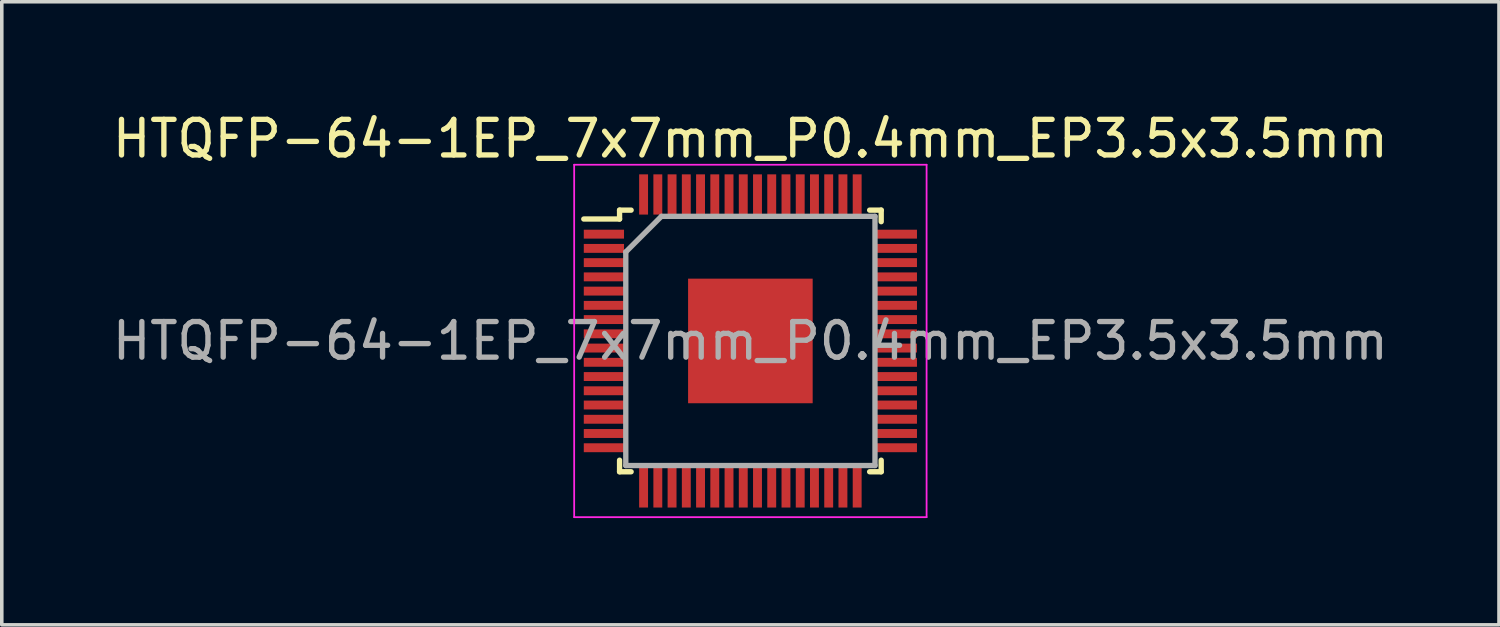
<source format=kicad_pcb>
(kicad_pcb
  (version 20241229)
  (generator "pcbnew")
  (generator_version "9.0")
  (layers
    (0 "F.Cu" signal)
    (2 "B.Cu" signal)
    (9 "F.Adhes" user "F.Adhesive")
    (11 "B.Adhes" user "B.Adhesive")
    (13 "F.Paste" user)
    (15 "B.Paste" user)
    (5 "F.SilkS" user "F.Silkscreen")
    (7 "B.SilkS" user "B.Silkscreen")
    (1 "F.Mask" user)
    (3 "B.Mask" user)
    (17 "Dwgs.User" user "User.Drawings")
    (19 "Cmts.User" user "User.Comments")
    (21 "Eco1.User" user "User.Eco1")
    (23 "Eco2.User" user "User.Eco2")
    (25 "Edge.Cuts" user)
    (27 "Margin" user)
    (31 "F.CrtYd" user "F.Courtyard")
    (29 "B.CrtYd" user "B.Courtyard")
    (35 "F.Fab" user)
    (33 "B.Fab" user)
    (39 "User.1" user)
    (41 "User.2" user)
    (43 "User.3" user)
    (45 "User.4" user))
  (footprint "HTQFP-64-1EP_7x7mm_P0.4mm_EP3.5x3.5mm"
    (layer "F.Cu")
    (at 18.03 6.528)
    (property "Reference" "HTQFP-64-1EP_7x7mm_P0.4mm_EP3.5x3.5mm" (at 0 -5.68 0) (layer "F.SilkS") (effects (font (size 1 1) (thickness 0.15))))
    (attr smd)
    (fp_line (start -3.675 -3.675) (end -3.675 -3.425) (stroke (width 0.15) (type solid)) (layer "F.SilkS"))
    (fp_line (start -3.675 -3.675) (end -3.35 -3.675) (stroke (width 0.15) (type solid)) (layer "F.SilkS"))
    (fp_line (start -3.675 -3.425) (end -4.68 -3.425) (stroke (width 0.15) (type solid)) (layer "F.SilkS"))
    (fp_line (start -3.675 3.675) (end -3.675 3.35) (stroke (width 0.15) (type solid)) (layer "F.SilkS"))
    (fp_line (start -3.675 3.675) (end -3.35 3.675) (stroke (width 0.15) (type solid)) (layer "F.SilkS"))
    (fp_line (start 3.675 -3.675) (end 3.35 -3.675) (stroke (width 0.15) (type solid)) (layer "F.SilkS"))
    (fp_line (start 3.675 -3.675) (end 3.675 -3.35) (stroke (width 0.15) (type solid)) (layer "F.SilkS"))
    (fp_line (start 3.675 3.675) (end 3.35 3.675) (stroke (width 0.15) (type solid)) (layer "F.SilkS"))
    (fp_line (start 3.675 3.675) (end 3.675 3.35) (stroke (width 0.15) (type solid)) (layer "F.SilkS"))
    (fp_line (start -4.95 -4.95) (end -4.95 4.95) (stroke (width 0.05) (type solid)) (layer "F.CrtYd"))
    (fp_line (start -4.95 -4.95) (end 4.95 -4.95) (stroke (width 0.05) (type solid)) (layer "F.CrtYd"))
    (fp_line (start -4.95 4.95) (end 4.95 4.95) (stroke (width 0.05) (type solid)) (layer "F.CrtYd"))
    (fp_line (start 4.95 -4.95) (end 4.95 4.95) (stroke (width 0.05) (type solid)) (layer "F.CrtYd"))
    (fp_line (start -3.5 -2.5) (end -2.5 -3.5) (stroke (width 0.15) (type solid)) (layer "F.Fab"))
    (fp_line (start -3.5 3.5) (end -3.5 -2.5) (stroke (width 0.15) (type solid)) (layer "F.Fab"))
    (fp_line (start -2.5 -3.5) (end 3.5 -3.5) (stroke (width 0.15) (type solid)) (layer "F.Fab"))
    (fp_line (start 3.5 -3.5) (end 3.5 3.5) (stroke (width 0.15) (type solid)) (layer "F.Fab"))
    (fp_line (start 3.5 3.5) (end -3.5 3.5) (stroke (width 0.15) (type solid)) (layer "F.Fab"))
    (fp_text user "${REFERENCE}" (at 0 0 0) (layer "F.Fab") (effects (font (size 1 1) (thickness 0.15))))
    (pad "1" smd rect (at -4.115 -3) (size 1.13 0.25) (layers "F.Cu" "F.Mask" "F.Paste"))
    (pad "2" smd rect (at -4.115 -2.6) (size 1.13 0.25) (layers "F.Cu" "F.Mask" "F.Paste"))
    (pad "3" smd rect (at -4.115 -2.2) (size 1.13 0.25) (layers "F.Cu" "F.Mask" "F.Paste"))
    (pad "4" smd rect (at -4.115 -1.8) (size 1.13 0.25) (layers "F.Cu" "F.Mask" "F.Paste"))
    (pad "5" smd rect (at -4.115 -1.4) (size 1.13 0.25) (layers "F.Cu" "F.Mask" "F.Paste"))
    (pad "6" smd rect (at -4.115 -1) (size 1.13 0.25) (layers "F.Cu" "F.Mask" "F.Paste"))
    (pad "7" smd rect (at -4.115 -0.6) (size 1.13 0.25) (layers "F.Cu" "F.Mask" "F.Paste"))
    (pad "8" smd rect (at -4.115 -0.2) (size 1.13 0.25) (layers "F.Cu" "F.Mask" "F.Paste"))
    (pad "9" smd rect (at -4.115 0.2) (size 1.13 0.25) (layers "F.Cu" "F.Mask" "F.Paste"))
    (pad "10" smd rect (at -4.115 0.6) (size 1.13 0.25) (layers "F.Cu" "F.Mask" "F.Paste"))
    (pad "11" smd rect (at -4.115 1) (size 1.13 0.25) (layers "F.Cu" "F.Mask" "F.Paste"))
    (pad "12" smd rect (at -4.115 1.4) (size 1.13 0.25) (layers "F.Cu" "F.Mask" "F.Paste"))
    (pad "13" smd rect (at -4.115 1.8) (size 1.13 0.25) (layers "F.Cu" "F.Mask" "F.Paste"))
    (pad "14" smd rect (at -4.115 2.2) (size 1.13 0.25) (layers "F.Cu" "F.Mask" "F.Paste"))
    (pad "15" smd rect (at -4.115 2.6) (size 1.13 0.25) (layers "F.Cu" "F.Mask" "F.Paste"))
    (pad "16" smd rect (at -4.115 3) (size 1.13 0.25) (layers "F.Cu" "F.Mask" "F.Paste"))
    (pad "17" smd rect (at -3 4.115 90) (size 1.13 0.25) (layers "F.Cu" "F.Mask" "F.Paste"))
    (pad "18" smd rect (at -2.6 4.115 90) (size 1.13 0.25) (layers "F.Cu" "F.Mask" "F.Paste"))
    (pad "19" smd rect (at -2.2 4.115 90) (size 1.13 0.25) (layers "F.Cu" "F.Mask" "F.Paste"))
    (pad "20" smd rect (at -1.8 4.115 90) (size 1.13 0.25) (layers "F.Cu" "F.Mask" "F.Paste"))
    (pad "21" smd rect (at -1.4 4.115 90) (size 1.13 0.25) (layers "F.Cu" "F.Mask" "F.Paste"))
    (pad "22" smd rect (at -1 4.115 90) (size 1.13 0.25) (layers "F.Cu" "F.Mask" "F.Paste"))
    (pad "23" smd rect (at -0.6 4.115 90) (size 1.13 0.25) (layers "F.Cu" "F.Mask" "F.Paste"))
    (pad "24" smd rect (at -0.2 4.115 90) (size 1.13 0.25) (layers "F.Cu" "F.Mask" "F.Paste"))
    (pad "25" smd rect (at 0.2 4.115 90) (size 1.13 0.25) (layers "F.Cu" "F.Mask" "F.Paste"))
    (pad "26" smd rect (at 0.6 4.115 90) (size 1.13 0.25) (layers "F.Cu" "F.Mask" "F.Paste"))
    (pad "27" smd rect (at 1 4.115 90) (size 1.13 0.25) (layers "F.Cu" "F.Mask" "F.Paste"))
    (pad "28" smd rect (at 1.4 4.115 90) (size 1.13 0.25) (layers "F.Cu" "F.Mask" "F.Paste"))
    (pad "29" smd rect (at 1.8 4.115 90) (size 1.13 0.25) (layers "F.Cu" "F.Mask" "F.Paste"))
    (pad "30" smd rect (at 2.2 4.115 90) (size 1.13 0.25) (layers "F.Cu" "F.Mask" "F.Paste"))
    (pad "31" smd rect (at 2.6 4.115 90) (size 1.13 0.25) (layers "F.Cu" "F.Mask" "F.Paste"))
    (pad "32" smd rect (at 3 4.115 90) (size 1.13 0.25) (layers "F.Cu" "F.Mask" "F.Paste"))
    (pad "33" smd rect (at 4.115 3) (size 1.13 0.25) (layers "F.Cu" "F.Mask" "F.Paste"))
    (pad "34" smd rect (at 4.115 2.6) (size 1.13 0.25) (layers "F.Cu" "F.Mask" "F.Paste"))
    (pad "35" smd rect (at 4.115 2.2) (size 1.13 0.25) (layers "F.Cu" "F.Mask" "F.Paste"))
    (pad "36" smd rect (at 4.115 1.8) (size 1.13 0.25) (layers "F.Cu" "F.Mask" "F.Paste"))
    (pad "37" smd rect (at 4.115 1.4) (size 1.13 0.25) (layers "F.Cu" "F.Mask" "F.Paste"))
    (pad "38" smd rect (at 4.115 1) (size 1.13 0.25) (layers "F.Cu" "F.Mask" "F.Paste"))
    (pad "39" smd rect (at 4.115 0.6) (size 1.13 0.25) (layers "F.Cu" "F.Mask" "F.Paste"))
    (pad "40" smd rect (at 4.115 0.2) (size 1.13 0.25) (layers "F.Cu" "F.Mask" "F.Paste"))
    (pad "41" smd rect (at 4.115 -0.2) (size 1.13 0.25) (layers "F.Cu" "F.Mask" "F.Paste"))
    (pad "42" smd rect (at 4.115 -0.6) (size 1.13 0.25) (layers "F.Cu" "F.Mask" "F.Paste"))
    (pad "43" smd rect (at 4.115 -1) (size 1.13 0.25) (layers "F.Cu" "F.Mask" "F.Paste"))
    (pad "44" smd rect (at 4.115 -1.4) (size 1.13 0.25) (layers "F.Cu" "F.Mask" "F.Paste"))
    (pad "45" smd rect (at 4.115 -1.8) (size 1.13 0.25) (layers "F.Cu" "F.Mask" "F.Paste"))
    (pad "46" smd rect (at 4.115 -2.2) (size 1.13 0.25) (layers "F.Cu" "F.Mask" "F.Paste"))
    (pad "47" smd rect (at 4.115 -2.6) (size 1.13 0.25) (layers "F.Cu" "F.Mask" "F.Paste"))
    (pad "48" smd rect (at 4.115 -3) (size 1.13 0.25) (layers "F.Cu" "F.Mask" "F.Paste"))
    (pad "49" smd rect (at 3 -4.115 90) (size 1.13 0.25) (layers "F.Cu" "F.Mask" "F.Paste"))
    (pad "50" smd rect (at 2.6 -4.115 90) (size 1.13 0.25) (layers "F.Cu" "F.Mask" "F.Paste"))
    (pad "51" smd rect (at 2.2 -4.115 90) (size 1.13 0.25) (layers "F.Cu" "F.Mask" "F.Paste"))
    (pad "52" smd rect (at 1.8 -4.115 90) (size 1.13 0.25) (layers "F.Cu" "F.Mask" "F.Paste"))
    (pad "53" smd rect (at 1.4 -4.115 90) (size 1.13 0.25) (layers "F.Cu" "F.Mask" "F.Paste"))
    (pad "54" smd rect (at 1 -4.115 90) (size 1.13 0.25) (layers "F.Cu" "F.Mask" "F.Paste"))
    (pad "55" smd rect (at 0.6 -4.115 90) (size 1.13 0.25) (layers "F.Cu" "F.Mask" "F.Paste"))
    (pad "56" smd rect (at 0.2 -4.115 90) (size 1.13 0.25) (layers "F.Cu" "F.Mask" "F.Paste"))
    (pad "57" smd rect (at -0.2 -4.115 90) (size 1.13 0.25) (layers "F.Cu" "F.Mask" "F.Paste"))
    (pad "58" smd rect (at -0.6 -4.115 90) (size 1.13 0.25) (layers "F.Cu" "F.Mask" "F.Paste"))
    (pad "59" smd rect (at -1 -4.115 90) (size 1.13 0.25) (layers "F.Cu" "F.Mask" "F.Paste"))
    (pad "60" smd rect (at -1.4 -4.115 90) (size 1.13 0.25) (layers "F.Cu" "F.Mask" "F.Paste"))
    (pad "61" smd rect (at -1.8 -4.115 90) (size 1.13 0.25) (layers "F.Cu" "F.Mask" "F.Paste"))
    (pad "62" smd rect (at -2.2 -4.115 90) (size 1.13 0.25) (layers "F.Cu" "F.Mask" "F.Paste"))
    (pad "63" smd rect (at -2.6 -4.115 90) (size 1.13 0.25) (layers "F.Cu" "F.Mask" "F.Paste"))
    (pad "64" smd rect (at -3 -4.115 90) (size 1.13 0.25) (layers "F.Cu" "F.Mask" "F.Paste"))
    (pad "65" smd rect (at 0 0) (size 3.5 3.5) (layers "F.Cu" "F.Mask" "F.Paste")))
  (gr_rect
    (start -3 -3)
    (end 39.06 14.503)
    (stroke (width 0.1) (type default))
    (fill no)
    (layer "Edge.Cuts")))
</source>
